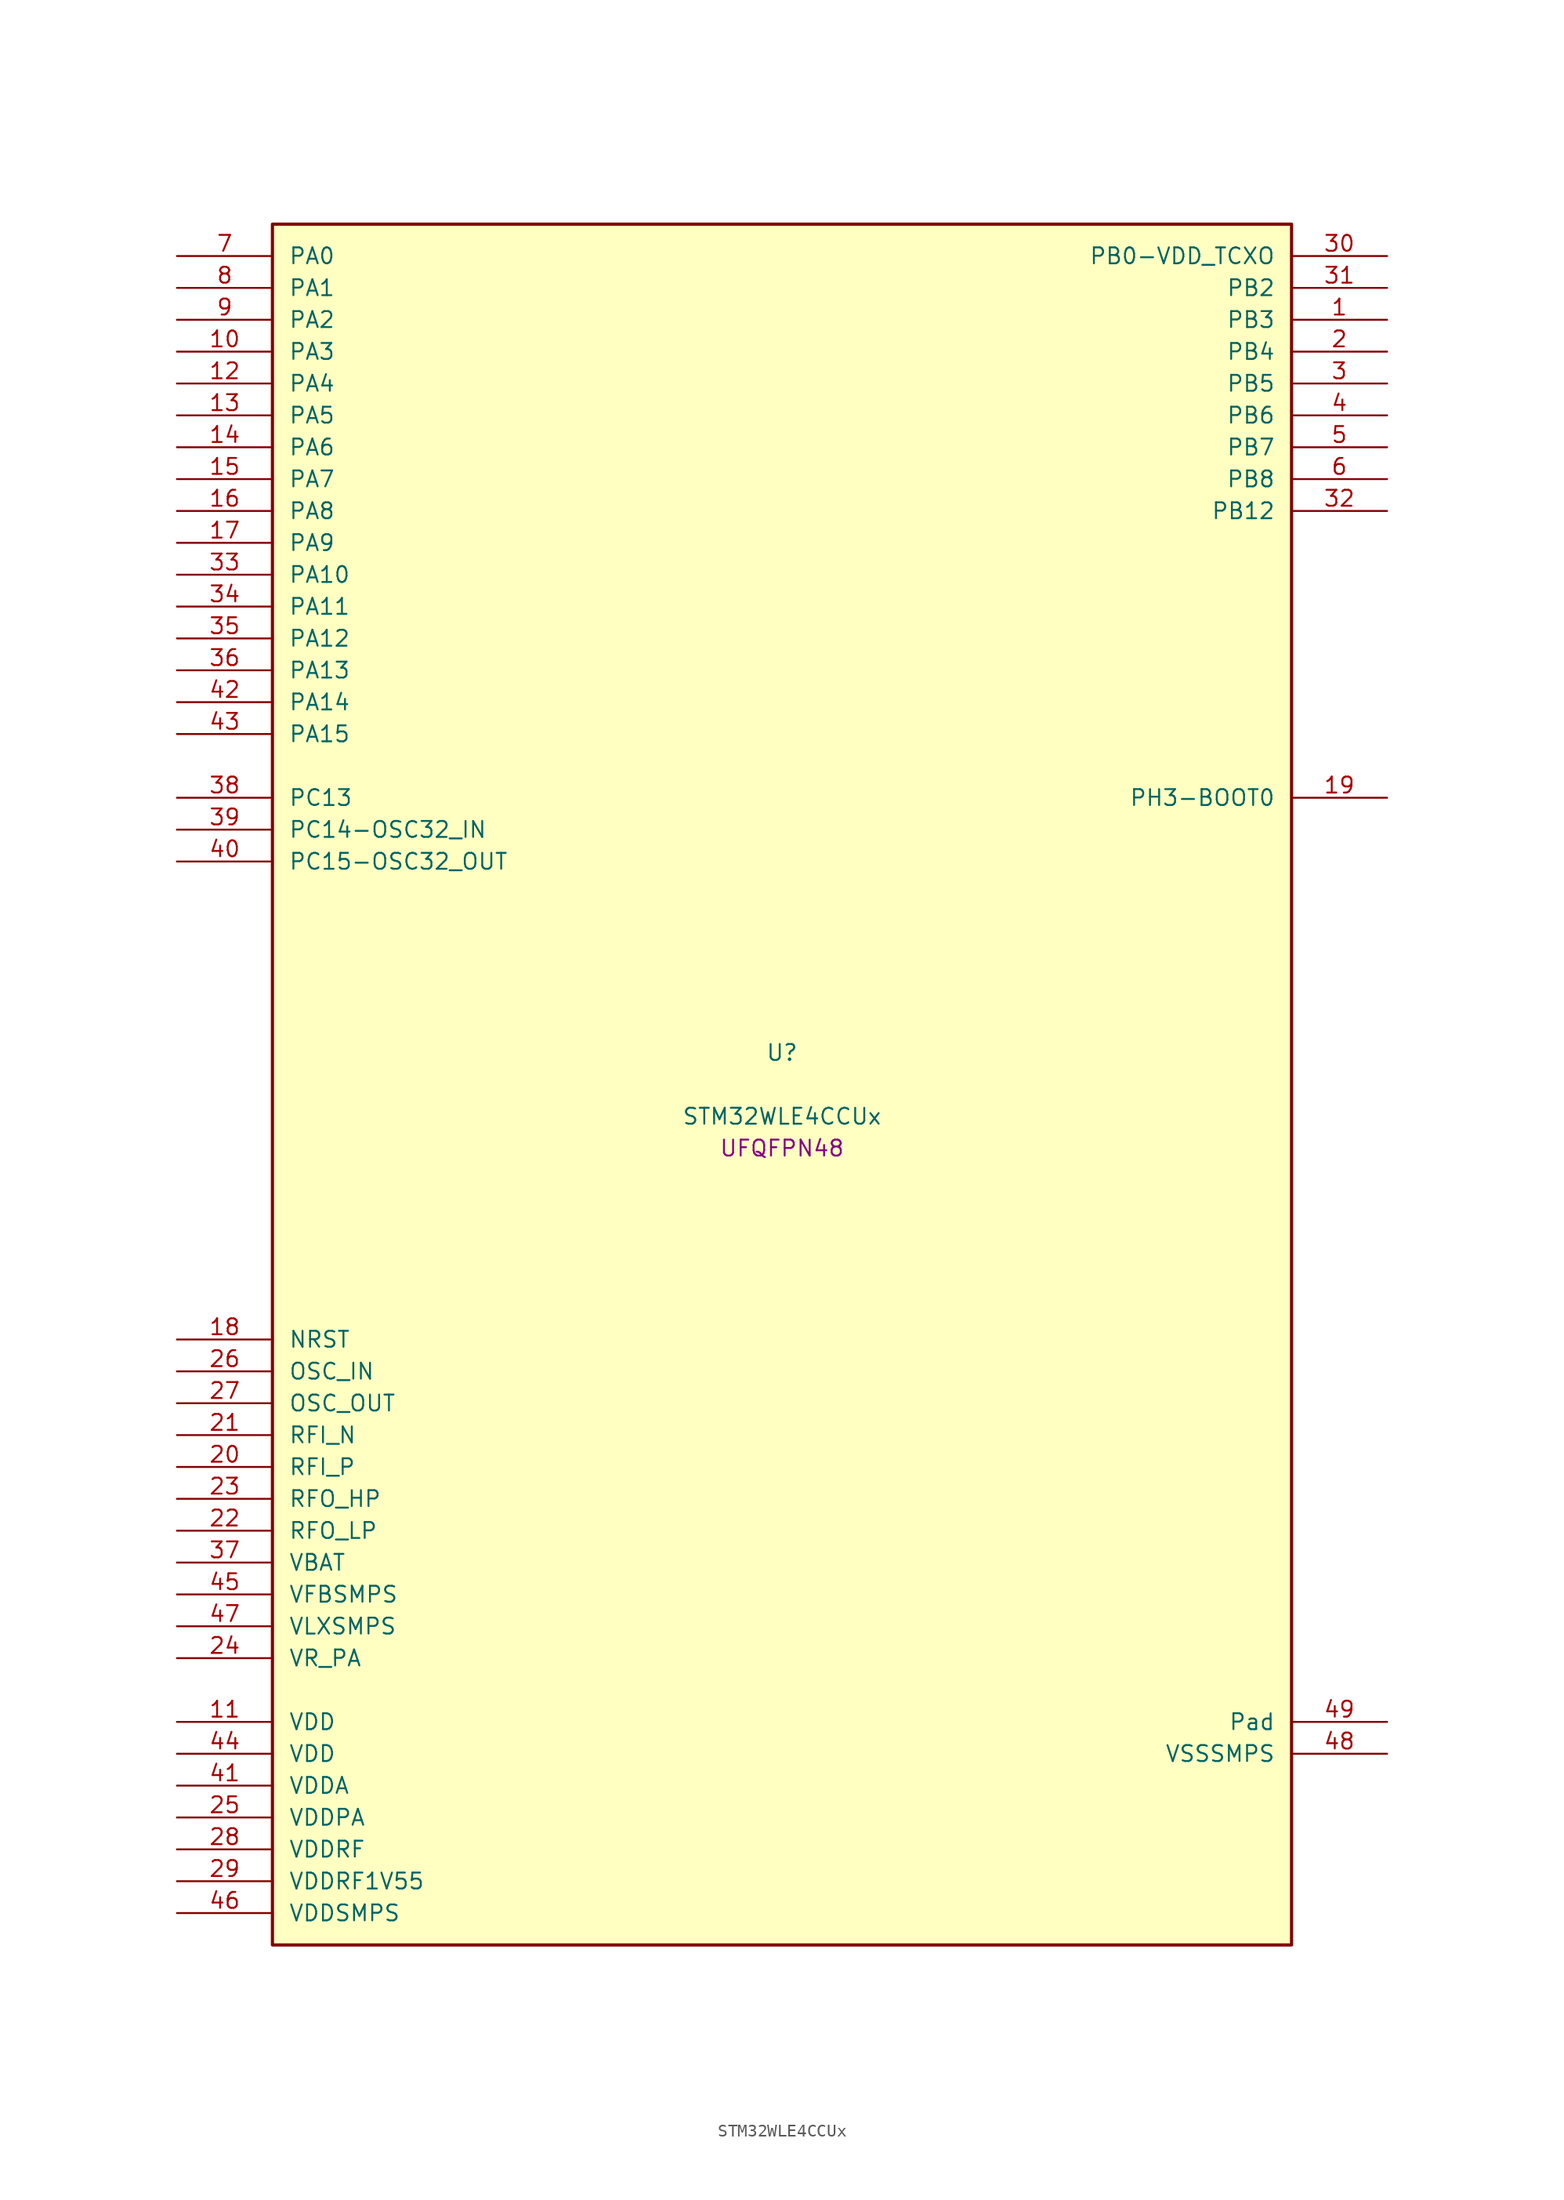
<source format=kicad_sym>
(kicad_symbol_lib
  (version 20241209)
  (generator "stm32_pkl_generator")
  (generator_version "1.0")
  (symbol "STM32WLE4CCUx"
    (pin_names
      (offset 1.27))
    (property "Reference" "U"
      (at 0 2.54 0))
    (property "Value" "STM32WLE4CCUx"
      (at 0 -2.54 0))
    (property "Footprint" "UFQFPN48"
      (at 0 -5.08 0))
    (symbol "STM32WLE4CCUx_1_1"
      (rectangle (start -40.64 68.58) (end 40.64 -68.58) (stroke (width 0.254) (type solid)) (fill (type background)))
      (pin bidirectional line (at -48.26 66.04 0) (length 7.62) (name "PA0") (number "7") (alternate "PA0/COMP1_OUT" bidirectional line) (alternate "PA0/DEBUG_PWR-REGLP1S" bidirectional line) (alternate "PA0/I2C3_SMBA" bidirectional line) (alternate "PA0/I2S_CKIN" bidirectional line) (alternate "PA0/PWR_WKUP1" bidirectional line) (alternate "PA0/RTC_TAMP_IN2" bidirectional line) (alternate "PA0/TIM2_CH1" bidirectional line) (alternate "PA0/TIM2_ETR" bidirectional line) (alternate "PA0/USART2_CTS" bidirectional line) (alternate "PA0/USART2_NSS" bidirectional line))
      (pin bidirectional line (at -48.26 63.5 0) (length 7.62) (name "PA1") (number "8") (alternate "PA1/DEBUG_PWR-REGLP2S" bidirectional line) (alternate "PA1/I2C1_SMBA" bidirectional line) (alternate "PA1/LPTIM3_OUT" bidirectional line) (alternate "PA1/LPUART1_RTS" bidirectional line) (alternate "PA1/SPI1_SCK" bidirectional line) (alternate "PA1/TIM2_CH2" bidirectional line) (alternate "PA1/USART2_DE" bidirectional line) (alternate "PA1/USART2_RTS" bidirectional line))
      (pin bidirectional line (at -48.26 60.96 0) (length 7.62) (name "PA2") (number "9") (alternate "PA2/COMP2_OUT" bidirectional line) (alternate "PA2/DEBUG_PWR-LDORDY" bidirectional line) (alternate "PA2/LPUART1_TX" bidirectional line) (alternate "PA2/RCC_LSCO" bidirectional line) (alternate "PA2/TIM2_CH3" bidirectional line) (alternate "PA2/USART2_TX" bidirectional line))
      (pin bidirectional line (at -48.26 58.42 0) (length 7.62) (name "PA3") (number "10") (alternate "PA3/I2S2_MCK" bidirectional line) (alternate "PA3/LPUART1_RX" bidirectional line) (alternate "PA3/TIM2_CH4" bidirectional line) (alternate "PA3/USART2_RX" bidirectional line))
      (pin bidirectional line (at -48.26 55.88 0) (length 7.62) (name "PA4") (number "12") (alternate "PA4/DEBUG_SUBGHZSPI-NSSOUT" bidirectional line) (alternate "PA4/LPTIM1_OUT" bidirectional line) (alternate "PA4/LPTIM2_OUT" bidirectional line) (alternate "PA4/RTC_OUT2" bidirectional line) (alternate "PA4/SPI1_NSS" bidirectional line) (alternate "PA4/USART2_CK" bidirectional line))
      (pin bidirectional line (at -48.26 53.34 0) (length 7.62) (name "PA5") (number "13") (alternate "PA5/DEBUG_SUBGHZSPI-SCKOUT" bidirectional line) (alternate "PA5/LPTIM2_ETR" bidirectional line) (alternate "PA5/SPI1_SCK" bidirectional line) (alternate "PA5/SPI2_MISO" bidirectional line) (alternate "PA5/TIM2_CH1" bidirectional line) (alternate "PA5/TIM2_ETR" bidirectional line))
      (pin bidirectional line (at -48.26 50.8 0) (length 7.62) (name "PA6") (number "14") (alternate "PA6/DEBUG_SUBGHZSPI-MISOOUT" bidirectional line) (alternate "PA6/I2C2_SMBA" bidirectional line) (alternate "PA6/LPUART1_CTS" bidirectional line) (alternate "PA6/SPI1_MISO" bidirectional line) (alternate "PA6/TIM16_CH1" bidirectional line) (alternate "PA6/TIM1_BKIN" bidirectional line))
      (pin bidirectional line (at -48.26 48.26 0) (length 7.62) (name "PA7") (number "15") (alternate "PA7/COMP2_OUT" bidirectional line) (alternate "PA7/DEBUG_SUBGHZSPI-MOSIOUT" bidirectional line) (alternate "PA7/I2C3_SCL" bidirectional line) (alternate "PA7/SPI1_MOSI" bidirectional line) (alternate "PA7/TIM17_CH1" bidirectional line) (alternate "PA7/TIM1_CH1N" bidirectional line))
      (pin bidirectional line (at -48.26 45.72 0) (length 7.62) (name "PA8") (number "16") (alternate "PA8/I2S2_CK" bidirectional line) (alternate "PA8/LPTIM2_OUT" bidirectional line) (alternate "PA8/RCC_MCO" bidirectional line) (alternate "PA8/SPI2_SCK" bidirectional line) (alternate "PA8/TIM1_CH1" bidirectional line) (alternate "PA8/USART1_CK" bidirectional line))
      (pin bidirectional line (at -48.26 43.18 0) (length 7.62) (name "PA9") (number "17") (alternate "PA9/DAC_EXTI9" bidirectional line) (alternate "PA9/I2C1_SCL" bidirectional line) (alternate "PA9/I2S2_CK" bidirectional line) (alternate "PA9/I2S2_WS" bidirectional line) (alternate "PA9/SPI2_NSS" bidirectional line) (alternate "PA9/SPI2_SCK" bidirectional line) (alternate "PA9/TIM1_CH2" bidirectional line) (alternate "PA9/USART1_TX" bidirectional line))
      (pin bidirectional line (at -48.26 40.64 0) (length 7.62) (name "PA10") (number "33") (alternate "PA10/ADC_IN6" bidirectional line) (alternate "PA10/COMP1_INM" bidirectional line) (alternate "PA10/COMP2_INM" bidirectional line) (alternate "PA10/DAC_OUT1" bidirectional line) (alternate "PA10/DEBUG_RF-HSE32RDY" bidirectional line) (alternate "PA10/I2C1_SDA" bidirectional line) (alternate "PA10/I2S2_SD" bidirectional line) (alternate "PA10/RTC_REFIN" bidirectional line) (alternate "PA10/SPI2_MOSI" bidirectional line) (alternate "PA10/TIM17_BKIN" bidirectional line) (alternate "PA10/TIM1_CH3" bidirectional line) (alternate "PA10/USART1_RX" bidirectional line))
      (pin bidirectional line (at -48.26 38.1 0) (length 7.62) (name "PA11") (number "34") (alternate "PA11/ADC_EXTI11" bidirectional line) (alternate "PA11/ADC_IN7" bidirectional line) (alternate "PA11/COMP1_INM" bidirectional line) (alternate "PA11/COMP2_INM" bidirectional line) (alternate "PA11/DEBUG_RF-NRESET" bidirectional line) (alternate "PA11/I2C2_SDA" bidirectional line) (alternate "PA11/LPTIM3_ETR" bidirectional line) (alternate "PA11/SPI1_MISO" bidirectional line) (alternate "PA11/TIM1_BKIN2" bidirectional line) (alternate "PA11/TIM1_CH4" bidirectional line) (alternate "PA11/USART1_CTS" bidirectional line) (alternate "PA11/USART1_NSS" bidirectional line))
      (pin bidirectional line (at -48.26 35.56 0) (length 7.62) (name "PA12") (number "35") (alternate "PA12/ADC_IN8" bidirectional line) (alternate "PA12/DEBUG_RF-BUSY" bidirectional line) (alternate "PA12/I2C2_SCL" bidirectional line) (alternate "PA12/LPTIM3_IN1" bidirectional line) (alternate "PA12/SPI1_MOSI" bidirectional line) (alternate "PA12/TIM1_ETR" bidirectional line) (alternate "PA12/USART1_DE" bidirectional line) (alternate "PA12/USART1_RTS" bidirectional line))
      (pin bidirectional line (at -48.26 33.02 0) (length 7.62) (name "PA13") (number "36") (alternate "PA13/ADC_IN9" bidirectional line) (alternate "PA13/DEBUG_JTMS-SWDIO" bidirectional line) (alternate "PA13/I2C2_SMBA" bidirectional line) (alternate "PA13/IR_OUT" bidirectional line))
      (pin bidirectional line (at -48.26 30.48 0) (length 7.62) (name "PA14") (number "42") (alternate "PA14/ADC_IN10" bidirectional line) (alternate "PA14/DEBUG_JTCK-SWCLK" bidirectional line) (alternate "PA14/I2C1_SMBA" bidirectional line) (alternate "PA14/LPTIM1_OUT" bidirectional line))
      (pin bidirectional line (at -48.26 27.94 0) (length 7.62) (name "PA15") (number "43") (alternate "PA15/ADC_IN11" bidirectional line) (alternate "PA15/COMP1_INM" bidirectional line) (alternate "PA15/COMP2_INP" bidirectional line) (alternate "PA15/DEBUG_JTDI" bidirectional line) (alternate "PA15/I2C2_SDA" bidirectional line) (alternate "PA15/SPI1_NSS" bidirectional line) (alternate "PA15/TIM2_CH1" bidirectional line) (alternate "PA15/TIM2_ETR" bidirectional line))
      (pin bidirectional line (at 48.26 66.04 180) (length 7.62) (name "PB0-VDD_TCXO") (number "30") (alternate "PB0-VDD_TCXO/COMP1_OUT" bidirectional line) (alternate "PB0-VDD_TCXO/VDDTCXO" bidirectional line))
      (pin bidirectional line (at 48.26 63.5 180) (length 7.62) (name "PB2") (number "31") (alternate "PB2/ADC_IN4" bidirectional line) (alternate "PB2/COMP1_INP" bidirectional line) (alternate "PB2/COMP2_INM" bidirectional line) (alternate "PB2/DEBUG_RF-SMPSRDY" bidirectional line) (alternate "PB2/I2C3_SMBA" bidirectional line) (alternate "PB2/LPTIM1_OUT" bidirectional line) (alternate "PB2/SPI1_NSS" bidirectional line))
      (pin bidirectional line (at 48.26 60.96 180) (length 7.62) (name "PB3") (number "1") (alternate "PB3/ADC_IN2" bidirectional line) (alternate "PB3/COMP1_INM" bidirectional line) (alternate "PB3/COMP2_INM" bidirectional line) (alternate "PB3/DEBUG_JTDO-SWO" bidirectional line) (alternate "PB3/DEBUG_RF-DTB1" bidirectional line) (alternate "PB3/PWR_WKUP3" bidirectional line) (alternate "PB3/RTC_TAMP_IN3" bidirectional line) (alternate "PB3/SPI1_SCK" bidirectional line) (alternate "PB3/TIM2_CH2" bidirectional line) (alternate "PB3/USART1_DE" bidirectional line) (alternate "PB3/USART1_RTS" bidirectional line))
      (pin bidirectional line (at 48.26 58.42 180) (length 7.62) (name "PB4") (number "2") (alternate "PB4/ADC_IN3" bidirectional line) (alternate "PB4/COMP1_INP" bidirectional line) (alternate "PB4/COMP2_INP" bidirectional line) (alternate "PB4/DEBUG_JTRST" bidirectional line) (alternate "PB4/DEBUG_RF-LDORDY" bidirectional line) (alternate "PB4/I2C3_SDA" bidirectional line) (alternate "PB4/SPI1_MISO" bidirectional line) (alternate "PB4/TIM17_BKIN" bidirectional line) (alternate "PB4/USART1_CTS" bidirectional line) (alternate "PB4/USART1_NSS" bidirectional line))
      (pin bidirectional line (at 48.26 55.88 180) (length 7.62) (name "PB5") (number "3") (alternate "PB5/COMP2_OUT" bidirectional line) (alternate "PB5/I2C1_SMBA" bidirectional line) (alternate "PB5/LPTIM1_IN1" bidirectional line) (alternate "PB5/SPI1_MOSI" bidirectional line) (alternate "PB5/TIM16_BKIN" bidirectional line) (alternate "PB5/USART1_CK" bidirectional line))
      (pin bidirectional line (at 48.26 53.34 180) (length 7.62) (name "PB6") (number "4") (alternate "PB6/I2C1_SCL" bidirectional line) (alternate "PB6/LPTIM1_ETR" bidirectional line) (alternate "PB6/TIM16_CH1N" bidirectional line) (alternate "PB6/USART1_TX" bidirectional line))
      (pin bidirectional line (at 48.26 50.8 180) (length 7.62) (name "PB7") (number "5") (alternate "PB7/I2C1_SDA" bidirectional line) (alternate "PB7/LPTIM1_IN2" bidirectional line) (alternate "PB7/PWR_PVD_IN" bidirectional line) (alternate "PB7/TIM17_CH1N" bidirectional line) (alternate "PB7/TIM1_BKIN" bidirectional line) (alternate "PB7/USART1_RX" bidirectional line))
      (pin bidirectional line (at 48.26 48.26 180) (length 7.62) (name "PB8") (number "6") (alternate "PB8/I2C1_SCL" bidirectional line) (alternate "PB8/TIM16_CH1" bidirectional line) (alternate "PB8/TIM1_CH2N" bidirectional line))
      (pin bidirectional line (at 48.26 45.72 180) (length 7.62) (name "PB12") (number "32") (alternate "PB12/I2C3_SMBA" bidirectional line) (alternate "PB12/I2S2_WS" bidirectional line) (alternate "PB12/LPUART1_RTS" bidirectional line) (alternate "PB12/SPI2_NSS" bidirectional line) (alternate "PB12/TIM1_BKIN" bidirectional line))
      (pin bidirectional line (at -48.26 22.86 0) (length 7.62) (name "PC13") (number "38") (alternate "PC13/PWR_WKUP2" bidirectional line) (alternate "PC13/RTC_OUT1" bidirectional line) (alternate "PC13/RTC_TAMP_IN1" bidirectional line) (alternate "PC13/RTC_TS" bidirectional line))
      (pin bidirectional line (at -48.26 20.32 0) (length 7.62) (name "PC14-OSC32_IN") (number "39") (alternate "PC14-OSC32_IN/RCC_OSC32_IN" bidirectional line))
      (pin bidirectional line (at -48.26 17.78 0) (length 7.62) (name "PC15-OSC32_OUT") (number "40") (alternate "PC15-OSC32_OUT/RCC_OSC32_OUT" bidirectional line))
      (pin bidirectional line (at 48.26 22.86 180) (length 7.62) (name "PH3-BOOT0") (number "19"))
      (pin input line (at -48.26 -20.32 0) (length 7.62) (name "NRST") (number "18"))
      (pin bidirectional line (at -48.26 -22.86 0) (length 7.62) (name "OSC_IN") (number "26") (alternate "OSC_IN/RCC_OSC_IN" bidirectional line))
      (pin bidirectional line (at -48.26 -25.4 0) (length 7.62) (name "OSC_OUT") (number "27") (alternate "OSC_OUT/RCC_OSC_OUT" bidirectional line))
      (pin bidirectional line (at -48.26 -27.94 0) (length 7.62) (name "RFI_N") (number "21"))
      (pin bidirectional line (at -48.26 -30.48 0) (length 7.62) (name "RFI_P") (number "20"))
      (pin bidirectional line (at -48.26 -33.02 0) (length 7.62) (name "RFO_HP") (number "23"))
      (pin bidirectional line (at -48.26 -35.56 0) (length 7.62) (name "RFO_LP") (number "22"))
      (pin power_in line (at -48.26 -38.1 0) (length 7.62) (name "VBAT") (number "37"))
      (pin power_in line (at -48.26 -40.64 0) (length 7.62) (name "VFBSMPS") (number "45"))
      (pin power_in line (at -48.26 -43.18 0) (length 7.62) (name "VLXSMPS") (number "47"))
      (pin power_in line (at -48.26 -45.72 0) (length 7.62) (name "VR_PA") (number "24"))
      (pin power_in line (at -48.26 -50.8 0) (length 7.62) (name "VDD") (number "11"))
      (pin power_in line (at -48.26 -53.34 0) (length 7.62) (name "VDD") (number "44"))
      (pin power_in line (at -48.26 -55.88 0) (length 7.62) (name "VDDA") (number "41"))
      (pin power_in line (at -48.26 -58.42 0) (length 7.62) (name "VDDPA") (number "25"))
      (pin power_in line (at -48.26 -60.96 0) (length 7.62) (name "VDDRF") (number "28"))
      (pin power_in line (at -48.26 -63.5 0) (length 7.62) (name "VDDRF1V55") (number "29"))
      (pin power_in line (at -48.26 -66.04 0) (length 7.62) (name "VDDSMPS") (number "46"))
      (pin passive line (at 48.26 -50.8 180) (length 7.62) (name "Pad") (number "49"))
      (pin power_in line (at 48.26 -53.34 180) (length 7.62) (name "VSSSMPS") (number "48")))))
</source>
